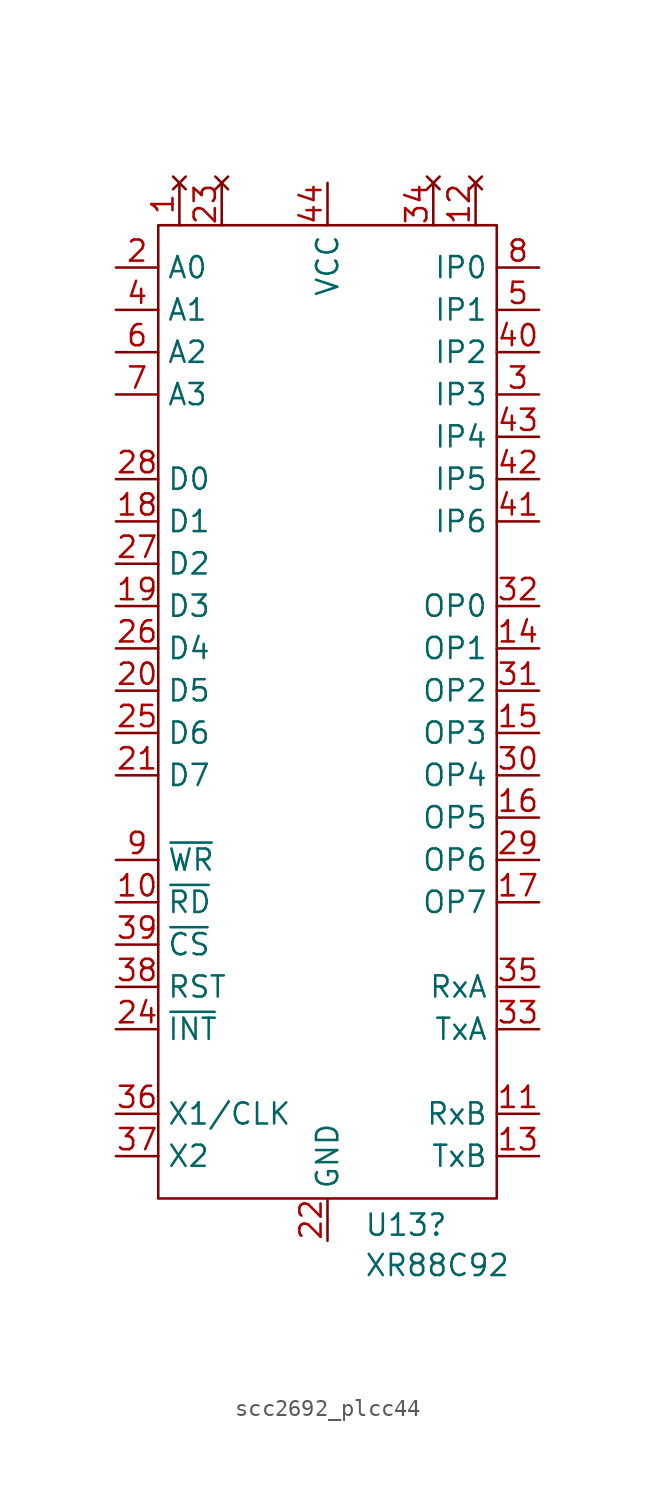
<source format=kicad_sym>
(kicad_symbol_lib
  (version 20231120)
  (generator "kicad_symbol_editor")
  (generator_version "8.0")
  (symbol "scc2692_plcc44"
    (property "Reference" "U13"
      (at 2.194 -0.323 0)
      (effects (font (size 1.27 1.27)) (justify left)))
    (property "Value" "XR88C92"
      (at 2.194 -2.747 0)
      (effects (font (size 1.27 1.27)) (justify left)))
    (symbol "scc2692_plcc44_0_1"
      (rectangle (start -10.16 59.69) (end 10.16 1.27) (stroke (width 0) (type default)) (fill (type none))))
    (symbol "scc2692_plcc44_1_1"
      (pin no_connect line (at -8.89 62.23 270) (length 2.54) (name "" (effects (font (size 1.27 1.27)))) (number "1" (effects (font (size 1.27 1.27)))))
      (pin input line (at -12.7 19.05 0) (length 2.54) (name "~{RD}" (effects (font (size 1.27 1.27)))) (number "10" (effects (font (size 1.27 1.27)))))
      (pin input line (at 12.7 6.35 180) (length 2.54) (name "RxB" (effects (font (size 1.27 1.27)))) (number "11" (effects (font (size 1.27 1.27)))))
      (pin no_connect line (at 8.89 62.23 270) (length 2.54) (name "" (effects (font (size 1.27 1.27)))) (number "12" (effects (font (size 1.27 1.27)))))
      (pin output line (at 12.7 3.81 180) (length 2.54) (name "TxB" (effects (font (size 1.27 1.27)))) (number "13" (effects (font (size 1.27 1.27)))))
      (pin output line (at 12.7 34.29 180) (length 2.54) (name "OP1" (effects (font (size 1.27 1.27)))) (number "14" (effects (font (size 1.27 1.27)))))
      (pin output line (at 12.7 29.21 180) (length 2.54) (name "OP3" (effects (font (size 1.27 1.27)))) (number "15" (effects (font (size 1.27 1.27)))))
      (pin output line (at 12.7 24.13 180) (length 2.54) (name "OP5" (effects (font (size 1.27 1.27)))) (number "16" (effects (font (size 1.27 1.27)))))
      (pin output line (at 12.7 19.05 180) (length 2.54) (name "OP7" (effects (font (size 1.27 1.27)))) (number "17" (effects (font (size 1.27 1.27)))))
      (pin bidirectional line (at -12.7 41.91 0) (length 2.54) (name "D1" (effects (font (size 1.27 1.27)))) (number "18" (effects (font (size 1.27 1.27)))))
      (pin bidirectional line (at -12.7 36.83 0) (length 2.54) (name "D3" (effects (font (size 1.27 1.27)))) (number "19" (effects (font (size 1.27 1.27)))))
      (pin input line (at -12.7 57.15 0) (length 2.54) (name "A0" (effects (font (size 1.27 1.27)))) (number "2" (effects (font (size 1.27 1.27)))))
      (pin bidirectional line (at -12.7 31.75 0) (length 2.54) (name "D5" (effects (font (size 1.27 1.27)))) (number "20" (effects (font (size 1.27 1.27)))))
      (pin bidirectional line (at -12.7 26.67 0) (length 2.54) (name "D7" (effects (font (size 1.27 1.27)))) (number "21" (effects (font (size 1.27 1.27)))))
      (pin power_in line (at 0 -1.27 90) (length 2.54) (name "GND" (effects (font (size 1.27 1.27)))) (number "22" (effects (font (size 1.27 1.27)))))
      (pin no_connect line (at -6.35 62.23 270) (length 2.54) (name "" (effects (font (size 1.27 1.27)))) (number "23" (effects (font (size 1.27 1.27)))))
      (pin output line (at -12.7 11.43 0) (length 2.54) (name "~{INT}" (effects (font (size 1.27 1.27)))) (number "24" (effects (font (size 1.27 1.27)))))
      (pin bidirectional line (at -12.7 29.21 0) (length 2.54) (name "D6" (effects (font (size 1.27 1.27)))) (number "25" (effects (font (size 1.27 1.27)))))
      (pin bidirectional line (at -12.7 34.29 0) (length 2.54) (name "D4" (effects (font (size 1.27 1.27)))) (number "26" (effects (font (size 1.27 1.27)))))
      (pin bidirectional line (at -12.7 39.37 0) (length 2.54) (name "D2" (effects (font (size 1.27 1.27)))) (number "27" (effects (font (size 1.27 1.27)))))
      (pin bidirectional line (at -12.7 44.45 0) (length 2.54) (name "D0" (effects (font (size 1.27 1.27)))) (number "28" (effects (font (size 1.27 1.27)))))
      (pin output line (at 12.7 21.59 180) (length 2.54) (name "OP6" (effects (font (size 1.27 1.27)))) (number "29" (effects (font (size 1.27 1.27)))))
      (pin input line (at 12.7 49.53 180) (length 2.54) (name "IP3" (effects (font (size 1.27 1.27)))) (number "3" (effects (font (size 1.27 1.27)))))
      (pin output line (at 12.7 26.67 180) (length 2.54) (name "OP4" (effects (font (size 1.27 1.27)))) (number "30" (effects (font (size 1.27 1.27)))))
      (pin output line (at 12.7 31.75 180) (length 2.54) (name "OP2" (effects (font (size 1.27 1.27)))) (number "31" (effects (font (size 1.27 1.27)))))
      (pin output line (at 12.7 36.83 180) (length 2.54) (name "OP0" (effects (font (size 1.27 1.27)))) (number "32" (effects (font (size 1.27 1.27)))))
      (pin output line (at 12.7 11.43 180) (length 2.54) (name "TxA" (effects (font (size 1.27 1.27)))) (number "33" (effects (font (size 1.27 1.27)))))
      (pin no_connect line (at 6.35 62.23 270) (length 2.54) (name "" (effects (font (size 1.27 1.27)))) (number "34" (effects (font (size 1.27 1.27)))))
      (pin input line (at 12.7 13.97 180) (length 2.54) (name "RxA" (effects (font (size 1.27 1.27)))) (number "35" (effects (font (size 1.27 1.27)))))
      (pin input line (at -12.7 6.35 0) (length 2.54) (name "X1/CLK" (effects (font (size 1.27 1.27)))) (number "36" (effects (font (size 1.27 1.27)))))
      (pin input line (at -12.7 3.81 0) (length 2.54) (name "X2" (effects (font (size 1.27 1.27)))) (number "37" (effects (font (size 1.27 1.27)))))
      (pin input line (at -12.7 13.97 0) (length 2.54) (name "RST" (effects (font (size 1.27 1.27)))) (number "38" (effects (font (size 1.27 1.27)))))
      (pin input line (at -12.7 16.51 0) (length 2.54) (name "~{CS}" (effects (font (size 1.27 1.27)))) (number "39" (effects (font (size 1.27 1.27)))))
      (pin input line (at -12.7 54.61 0) (length 2.54) (name "A1" (effects (font (size 1.27 1.27)))) (number "4" (effects (font (size 1.27 1.27)))))
      (pin input line (at 12.7 52.07 180) (length 2.54) (name "IP2" (effects (font (size 1.27 1.27)))) (number "40" (effects (font (size 1.27 1.27)))))
      (pin bidirectional line (at 12.7 41.91 180) (length 2.54) (name "IP6" (effects (font (size 1.27 1.27)))) (number "41" (effects (font (size 1.27 1.27)))))
      (pin bidirectional line (at 12.7 44.45 180) (length 2.54) (name "IP5" (effects (font (size 1.27 1.27)))) (number "42" (effects (font (size 1.27 1.27)))))
      (pin bidirectional line (at 12.7 46.99 180) (length 2.54) (name "IP4" (effects (font (size 1.27 1.27)))) (number "43" (effects (font (size 1.27 1.27)))))
      (pin power_in line (at 0 62.23 270) (length 2.54) (name "VCC" (effects (font (size 1.27 1.27)))) (number "44" (effects (font (size 1.27 1.27)))))
      (pin input line (at 12.7 54.61 180) (length 2.54) (name "IP1" (effects (font (size 1.27 1.27)))) (number "5" (effects (font (size 1.27 1.27)))))
      (pin input line (at -12.7 52.07 0) (length 2.54) (name "A2" (effects (font (size 1.27 1.27)))) (number "6" (effects (font (size 1.27 1.27)))))
      (pin input line (at -12.7 49.53 0) (length 2.54) (name "A3" (effects (font (size 1.27 1.27)))) (number "7" (effects (font (size 1.27 1.27)))))
      (pin input line (at 12.7 57.15 180) (length 2.54) (name "IP0" (effects (font (size 1.27 1.27)))) (number "8" (effects (font (size 1.27 1.27)))))
      (pin input line (at -12.7 21.59 0) (length 2.54) (name "~{WR}" (effects (font (size 1.27 1.27)))) (number "9" (effects (font (size 1.27 1.27))))))))
</source>
